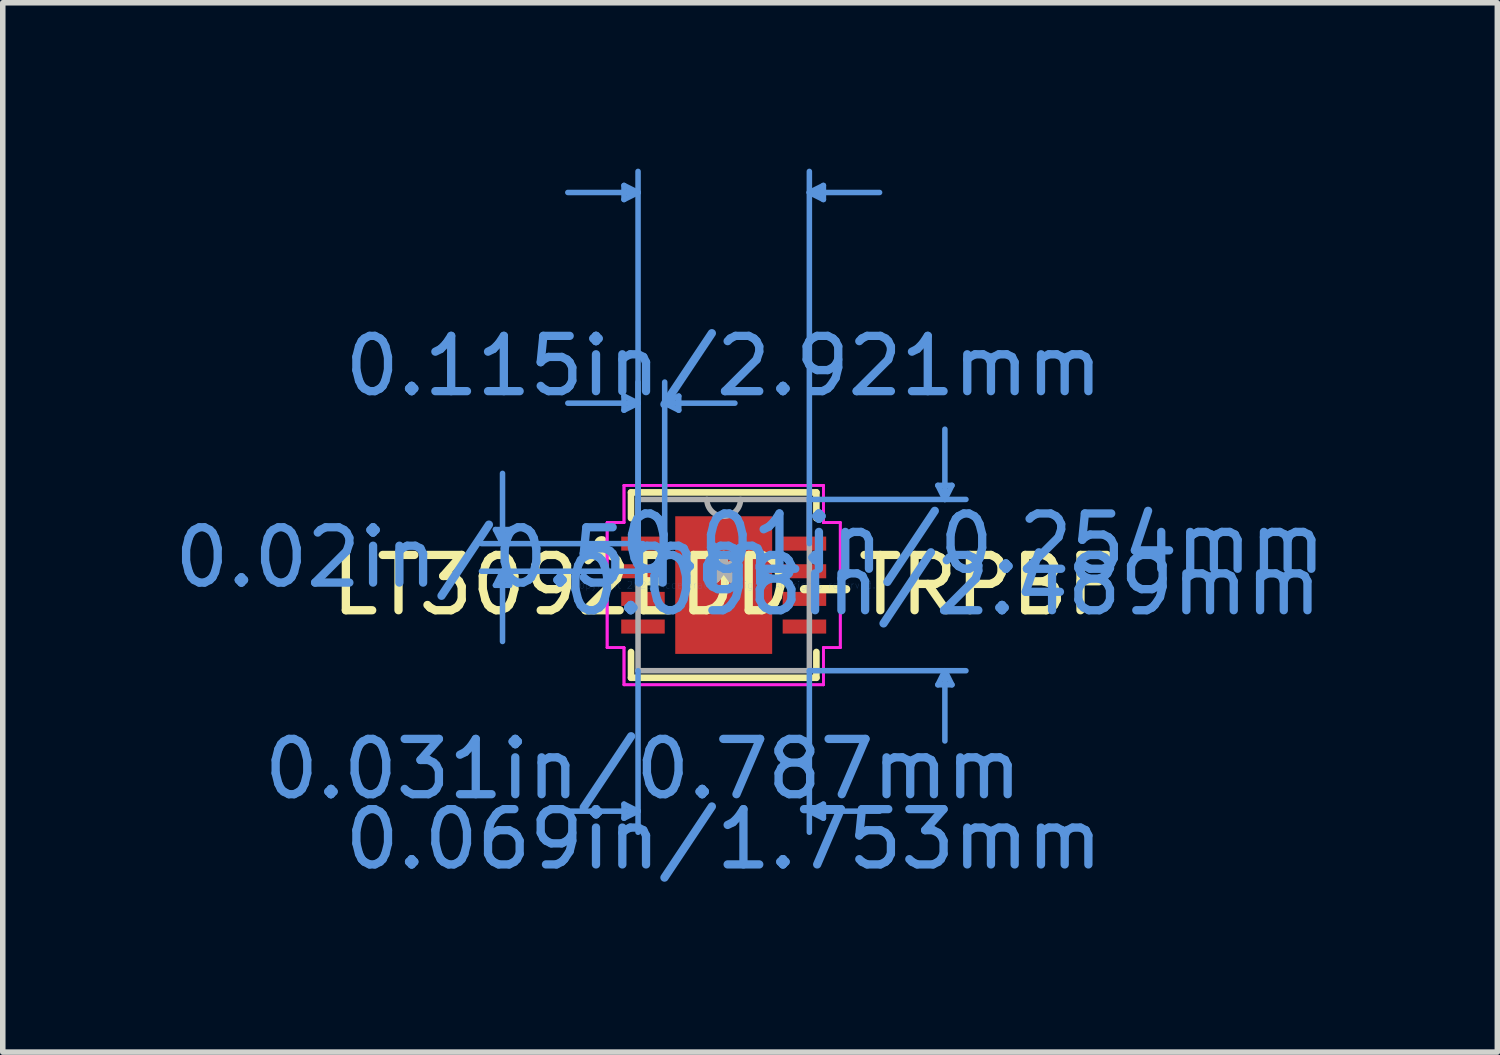
<source format=kicad_pcb>
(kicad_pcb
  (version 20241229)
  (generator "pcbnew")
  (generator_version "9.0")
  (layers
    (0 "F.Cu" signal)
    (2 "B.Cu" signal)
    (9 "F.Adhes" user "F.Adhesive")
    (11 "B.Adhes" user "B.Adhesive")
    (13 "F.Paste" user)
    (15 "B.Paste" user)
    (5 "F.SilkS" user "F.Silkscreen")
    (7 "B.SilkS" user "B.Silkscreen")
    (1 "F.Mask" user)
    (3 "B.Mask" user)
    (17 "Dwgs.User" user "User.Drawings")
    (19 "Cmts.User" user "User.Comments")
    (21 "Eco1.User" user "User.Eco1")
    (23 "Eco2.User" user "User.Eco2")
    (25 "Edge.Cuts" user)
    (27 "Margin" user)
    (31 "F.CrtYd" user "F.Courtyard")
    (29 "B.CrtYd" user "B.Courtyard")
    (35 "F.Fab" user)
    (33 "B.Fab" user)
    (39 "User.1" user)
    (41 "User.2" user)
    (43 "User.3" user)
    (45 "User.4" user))
  (footprint "LT3092EDD-TRPBF"
    (layer "F.Cu")
    (at 10.038 7.531)
    (property "Reference" "LT3092EDD-TRPBF" (at 0 0 0) (layer "F.SilkS") (effects (font (size 1 1) (thickness 0.15))))
    (attr through_hole)
    (fp_line (start -1.676 -1.676) (end -1.676 -1.21) (stroke (width 0.12) (type solid)) (layer "F.SilkS"))
    (fp_line (start -1.676 1.21) (end -1.676 1.676) (stroke (width 0.12) (type solid)) (layer "F.SilkS"))
    (fp_line (start -1.676 1.676) (end 1.676 1.676) (stroke (width 0.12) (type solid)) (layer "F.SilkS"))
    (fp_line (start 1.676 -1.676) (end -1.676 -1.676) (stroke (width 0.12) (type solid)) (layer "F.SilkS"))
    (fp_line (start 1.676 -1.21) (end 1.676 -1.676) (stroke (width 0.12) (type solid)) (layer "F.SilkS"))
    (fp_line (start 1.676 1.676) (end 1.676 1.21) (stroke (width 0.12) (type solid)) (layer "F.SilkS"))
    (fp_arc (start -2.18694 -0.676171) (mid -2.282 -0.75) (end -2.18694 -0.823829) (stroke (width 0.12) (type solid)) (layer "F.SilkS"))
    (fp_line (start -4.128 -1.004) (end -3.873 -1.004) (stroke (width 0.1) (type solid)) (layer "Cmts.User"))
    (fp_line (start -4.128 0.004) (end -3.873 0.004) (stroke (width 0.1) (type solid)) (layer "Cmts.User"))
    (fp_line (start -4 -0.75) (end -4.128 -1.004) (stroke (width 0.1) (type solid)) (layer "Cmts.User"))
    (fp_line (start -4 -0.75) (end -4 -2.02) (stroke (width 0.1) (type solid)) (layer "Cmts.User"))
    (fp_line (start -4 -0.75) (end -3.873 -1.004) (stroke (width 0.1) (type solid)) (layer "Cmts.User"))
    (fp_line (start -4 -0.25) (end -4.128 0.004) (stroke (width 0.1) (type solid)) (layer "Cmts.User"))
    (fp_line (start -4 -0.25) (end -4 1.02) (stroke (width 0.1) (type solid)) (layer "Cmts.User"))
    (fp_line (start -4 -0.25) (end -3.873 0.004) (stroke (width 0.1) (type solid)) (layer "Cmts.User"))
    (fp_line (start -1.803 -7.227) (end -1.803 -6.973) (stroke (width 0.1) (type solid)) (layer "Cmts.User"))
    (fp_line (start -1.803 -3.417) (end -1.803 -3.163) (stroke (width 0.1) (type solid)) (layer "Cmts.User"))
    (fp_line (start -1.803 3.962) (end -1.803 4.216) (stroke (width 0.1) (type solid)) (layer "Cmts.User"))
    (fp_line (start -1.549 -7.1) (end -2.819 -7.1) (stroke (width 0.1) (type solid)) (layer "Cmts.User"))
    (fp_line (start -1.549 -7.1) (end -1.803 -7.227) (stroke (width 0.1) (type solid)) (layer "Cmts.User"))
    (fp_line (start -1.549 -7.1) (end -1.803 -6.973) (stroke (width 0.1) (type solid)) (layer "Cmts.User"))
    (fp_line (start -1.549 -3.29) (end -2.819 -3.29) (stroke (width 0.1) (type solid)) (layer "Cmts.User"))
    (fp_line (start -1.549 -3.29) (end -1.803 -3.417) (stroke (width 0.1) (type solid)) (layer "Cmts.User"))
    (fp_line (start -1.549 -3.29) (end -1.803 -3.163) (stroke (width 0.1) (type solid)) (layer "Cmts.User"))
    (fp_line (start -1.549 -0.75) (end -1.549 -7.481) (stroke (width 0.1) (type solid)) (layer "Cmts.User"))
    (fp_line (start -1.549 -0.75) (end -1.549 -3.671) (stroke (width 0.1) (type solid)) (layer "Cmts.User"))
    (fp_line (start -1.549 1.549) (end -1.549 4.47) (stroke (width 0.1) (type solid)) (layer "Cmts.User"))
    (fp_line (start -1.549 4.089) (end -2.819 4.089) (stroke (width 0.1) (type solid)) (layer "Cmts.User"))
    (fp_line (start -1.549 4.089) (end -1.803 3.962) (stroke (width 0.1) (type solid)) (layer "Cmts.User"))
    (fp_line (start -1.549 4.089) (end -1.803 4.216) (stroke (width 0.1) (type solid)) (layer "Cmts.User"))
    (fp_line (start -1.46 -0.75) (end -4.381 -0.75) (stroke (width 0.1) (type solid)) (layer "Cmts.User"))
    (fp_line (start -1.46 -0.25) (end -4.381 -0.25) (stroke (width 0.1) (type solid)) (layer "Cmts.User"))
    (fp_line (start -1.067 -3.29) (end -0.813 -3.417) (stroke (width 0.1) (type solid)) (layer "Cmts.User"))
    (fp_line (start -1.067 -3.29) (end -0.813 -3.163) (stroke (width 0.1) (type solid)) (layer "Cmts.User"))
    (fp_line (start -1.067 -3.29) (end 0.203 -3.29) (stroke (width 0.1) (type solid)) (layer "Cmts.User"))
    (fp_line (start -1.067 -0.75) (end -1.067 -3.671) (stroke (width 0.1) (type solid)) (layer "Cmts.User"))
    (fp_line (start -0.813 -3.417) (end -0.813 -3.163) (stroke (width 0.1) (type solid)) (layer "Cmts.User"))
    (fp_line (start 1.549 -7.1) (end 1.803 -7.227) (stroke (width 0.1) (type solid)) (layer "Cmts.User"))
    (fp_line (start 1.549 -7.1) (end 1.803 -6.973) (stroke (width 0.1) (type solid)) (layer "Cmts.User"))
    (fp_line (start 1.549 -7.1) (end 2.819 -7.1) (stroke (width 0.1) (type solid)) (layer "Cmts.User"))
    (fp_line (start 1.549 -1.549) (end 4.381 -1.549) (stroke (width 0.1) (type solid)) (layer "Cmts.User"))
    (fp_line (start 1.549 -0.75) (end 1.549 -7.481) (stroke (width 0.1) (type solid)) (layer "Cmts.User"))
    (fp_line (start 1.549 1.549) (end 1.549 4.47) (stroke (width 0.1) (type solid)) (layer "Cmts.User"))
    (fp_line (start 1.549 1.549) (end 4.381 1.549) (stroke (width 0.1) (type solid)) (layer "Cmts.User"))
    (fp_line (start 1.549 4.089) (end 1.803 3.962) (stroke (width 0.1) (type solid)) (layer "Cmts.User"))
    (fp_line (start 1.549 4.089) (end 1.803 4.216) (stroke (width 0.1) (type solid)) (layer "Cmts.User"))
    (fp_line (start 1.549 4.089) (end 2.819 4.089) (stroke (width 0.1) (type solid)) (layer "Cmts.User"))
    (fp_line (start 1.803 -7.227) (end 1.803 -6.973) (stroke (width 0.1) (type solid)) (layer "Cmts.User"))
    (fp_line (start 1.803 3.962) (end 1.803 4.216) (stroke (width 0.1) (type solid)) (layer "Cmts.User"))
    (fp_line (start 3.873 -1.803) (end 4.128 -1.803) (stroke (width 0.1) (type solid)) (layer "Cmts.User"))
    (fp_line (start 3.873 1.803) (end 4.128 1.803) (stroke (width 0.1) (type solid)) (layer "Cmts.User"))
    (fp_line (start 4 -1.549) (end 3.873 -1.803) (stroke (width 0.1) (type solid)) (layer "Cmts.User"))
    (fp_line (start 4 -1.549) (end 4 -2.819) (stroke (width 0.1) (type solid)) (layer "Cmts.User"))
    (fp_line (start 4 -1.549) (end 4.128 -1.803) (stroke (width 0.1) (type solid)) (layer "Cmts.User"))
    (fp_line (start 4 1.549) (end 3.873 1.803) (stroke (width 0.1) (type solid)) (layer "Cmts.User"))
    (fp_line (start 4 1.549) (end 4 2.819) (stroke (width 0.1) (type solid)) (layer "Cmts.User"))
    (fp_line (start 4 1.549) (end 4.128 1.803) (stroke (width 0.1) (type solid)) (layer "Cmts.User"))
    (fp_line (start -2.108 -1.131) (end -1.803 -1.131) (stroke (width 0.05) (type solid)) (layer "F.CrtYd"))
    (fp_line (start -2.108 -1.131) (end -1.803 -1.131) (stroke (width 0.05) (type solid)) (layer "F.CrtYd"))
    (fp_line (start -2.108 1.131) (end -2.108 -1.131) (stroke (width 0.05) (type solid)) (layer "F.CrtYd"))
    (fp_line (start -2.108 1.131) (end -2.108 -1.131) (stroke (width 0.05) (type solid)) (layer "F.CrtYd"))
    (fp_line (start -2.108 1.131) (end -1.803 1.131) (stroke (width 0.05) (type solid)) (layer "F.CrtYd"))
    (fp_line (start -1.803 -1.803) (end 1.803 -1.803) (stroke (width 0.05) (type solid)) (layer "F.CrtYd"))
    (fp_line (start -1.803 -1.803) (end 1.803 -1.803) (stroke (width 0.05) (type solid)) (layer "F.CrtYd"))
    (fp_line (start -1.803 -1.131) (end -1.803 -1.803) (stroke (width 0.05) (type solid)) (layer "F.CrtYd"))
    (fp_line (start -1.803 -1.131) (end -1.803 -1.803) (stroke (width 0.05) (type solid)) (layer "F.CrtYd"))
    (fp_line (start -1.803 1.131) (end -2.108 1.131) (stroke (width 0.05) (type solid)) (layer "F.CrtYd"))
    (fp_line (start -1.803 1.803) (end -1.803 1.131) (stroke (width 0.05) (type solid)) (layer "F.CrtYd"))
    (fp_line (start -1.803 1.803) (end -1.803 1.131) (stroke (width 0.05) (type solid)) (layer "F.CrtYd"))
    (fp_line (start 1.803 -1.803) (end 1.803 -1.131) (stroke (width 0.05) (type solid)) (layer "F.CrtYd"))
    (fp_line (start 1.803 -1.803) (end 1.803 -1.131) (stroke (width 0.05) (type solid)) (layer "F.CrtYd"))
    (fp_line (start 1.803 -1.131) (end 2.108 -1.131) (stroke (width 0.05) (type solid)) (layer "F.CrtYd"))
    (fp_line (start 1.803 1.131) (end 1.803 1.803) (stroke (width 0.05) (type solid)) (layer "F.CrtYd"))
    (fp_line (start 1.803 1.131) (end 1.803 1.803) (stroke (width 0.05) (type solid)) (layer "F.CrtYd"))
    (fp_line (start 1.803 1.803) (end -1.803 1.803) (stroke (width 0.05) (type solid)) (layer "F.CrtYd"))
    (fp_line (start 1.803 1.803) (end -1.803 1.803) (stroke (width 0.05) (type solid)) (layer "F.CrtYd"))
    (fp_line (start 2.108 -1.131) (end 1.803 -1.131) (stroke (width 0.05) (type solid)) (layer "F.CrtYd"))
    (fp_line (start 2.108 -1.131) (end 2.108 1.131) (stroke (width 0.05) (type solid)) (layer "F.CrtYd"))
    (fp_line (start 2.108 -1.131) (end 2.108 1.131) (stroke (width 0.05) (type solid)) (layer "F.CrtYd"))
    (fp_line (start 2.108 1.131) (end 1.803 1.131) (stroke (width 0.05) (type solid)) (layer "F.CrtYd"))
    (fp_line (start 2.108 1.131) (end 1.803 1.131) (stroke (width 0.05) (type solid)) (layer "F.CrtYd"))
    (fp_line (start -1.549 -1.549) (end -1.549 1.549) (stroke (width 0.1) (type solid)) (layer "F.Fab"))
    (fp_line (start -1.549 1.549) (end 1.549 1.549) (stroke (width 0.1) (type solid)) (layer "F.Fab"))
    (fp_line (start 1.549 -1.549) (end -1.549 -1.549) (stroke (width 0.1) (type solid)) (layer "F.Fab"))
    (fp_line (start 1.549 1.549) (end 1.549 -1.549) (stroke (width 0.1) (type solid)) (layer "F.Fab"))
    (fp_arc (start 0.3048 -1.5494) (mid 0 -1.2446) (end -0.3048 -1.5494) (stroke (width 0.1) (type solid)) (layer "F.Fab"))
    (fp_text user "*" (at 0 0 0) (layer "F.SilkS") (effects (font (size 1 1) (thickness 0.15))))
    (fp_text user "0.115in/2.921mm" (at 0 -3.962 0) (layer "Cmts.User") (effects (font (size 1 1) (thickness 0.15))))
    (fp_text user "Copyright 2021 Accelerated Designs. All rights reserved." (at 0 0 0) (layer "Cmts.User") (effects (font (size 0.127 0.127) (thickness 0.002))))
    (fp_text user "0.01in/0.254mm" (at 4.508 -0.75 0) (layer "Cmts.User") (effects (font (size 1 1) (thickness 0.15))))
    (fp_text user "0.098in/2.489mm" (at 3.962 0 0) (layer "Cmts.User") (effects (font (size 1 1) (thickness 0.15))))
    (fp_text user "0.02in/0.5mm" (at -4.508 -0.5 0) (layer "Cmts.User") (effects (font (size 1 1) (thickness 0.15))))
    (fp_text user "0.069in/1.753mm" (at 0 4.597 0) (layer "Cmts.User") (effects (font (size 1 1) (thickness 0.15))))
    (fp_text user "0.031in/0.787mm" (at -1.46 3.327 0) (layer "Cmts.User") (effects (font (size 1 1) (thickness 0.15))))
    (fp_text user "*" (at 0 0 0) (layer "F.Fab") (effects (font (size 1 1) (thickness 0.15))))
    (pad "1" smd rect (at -1.46 -0.75) (size 0.787 0.254) (layers "F.Cu" "F.Mask" "F.Paste"))
    (pad "2" smd rect (at -1.46 -0.25) (size 0.787 0.254) (layers "F.Cu" "F.Mask" "F.Paste"))
    (pad "3" smd rect (at -1.46 0.25) (size 0.787 0.254) (layers "F.Cu" "F.Mask" "F.Paste"))
    (pad "4" smd rect (at -1.46 0.75) (size 0.787 0.254) (layers "F.Cu" "F.Mask" "F.Paste"))
    (pad "5" smd rect (at 1.46 0.75) (size 0.787 0.254) (layers "F.Cu" "F.Mask" "F.Paste"))
    (pad "6" smd rect (at 1.46 0.25) (size 0.787 0.254) (layers "F.Cu" "F.Mask" "F.Paste"))
    (pad "7" smd rect (at 1.46 -0.25) (size 0.787 0.254) (layers "F.Cu" "F.Mask" "F.Paste"))
    (pad "8" smd rect (at 1.46 -0.75) (size 0.787 0.254) (layers "F.Cu" "F.Mask" "F.Paste"))
    (pad "9" smd rect (at 0 0) (size 1.753 2.489) (layers "F.Cu" "F.Mask" "F.Paste")))
  (gr_rect
    (start -3 -3)
    (end 24.029 15.977)
    (stroke (width 0.1) (type default))
    (fill no)
    (layer "Edge.Cuts")))
</source>
